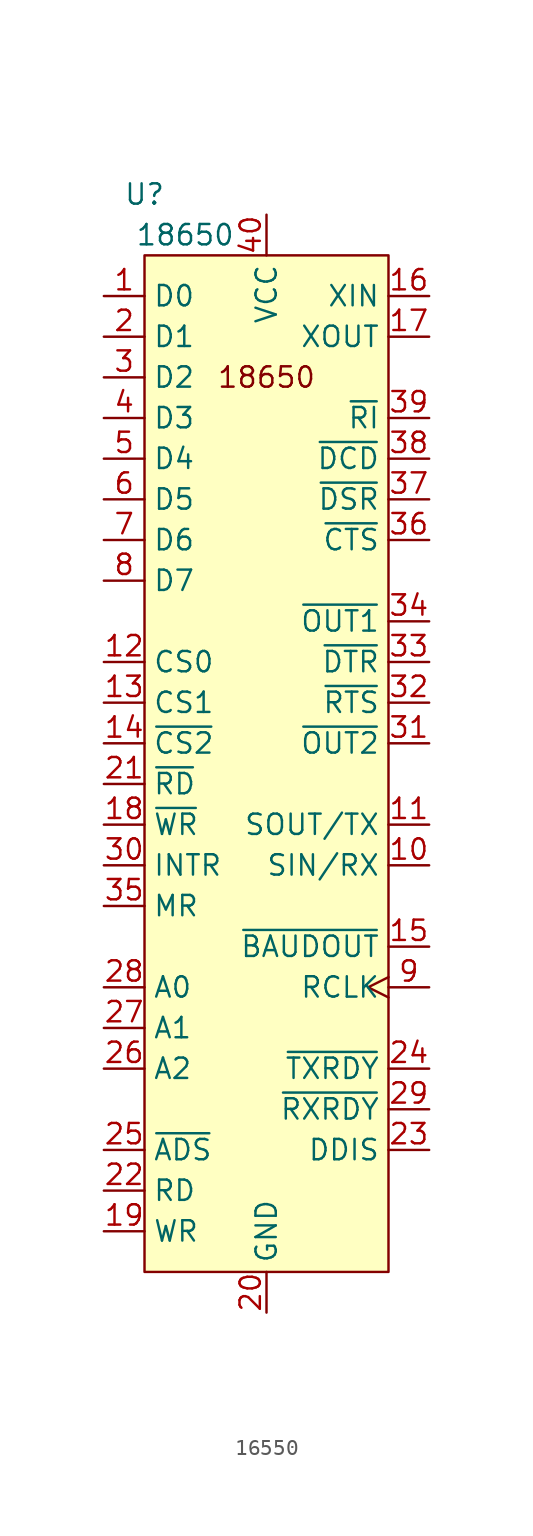
<source format=kicad_sym>
(kicad_symbol_lib
  (version 20220914)
  (generator kicad_symbol_editor)
  (symbol "16550"
    (property "Reference" "U"
      (at -7.62 35.56 0)
      (effects (font (size 1.27 1.27))))
    (property "Value" "18650"
      (at -5.08 33.02 0)
      (effects (font (size 1.27 1.27))))
    (symbol "16550_1_1"
      (rectangle (start -7.62 31.75) (end 7.62 -31.75) (stroke (width 0) (type default)) (fill (type background)))
      (text "18650" (at 0 24.13 0) (effects (font (size 1.27 1.27))))
      (pin bidirectional line (at -10.16 29.21 0) (length 2.54) (name "D0" (effects (font (size 1.27 1.27)))) (number "1" (effects (font (size 1.27 1.27)))))
      (pin input line (at 10.16 -6.35 180) (length 2.54) (name "SIN/RX" (effects (font (size 1.27 1.27)))) (number "10" (effects (font (size 1.27 1.27)))))
      (pin output line (at 10.16 -3.81 180) (length 2.54) (name "SOUT/TX" (effects (font (size 1.27 1.27)))) (number "11" (effects (font (size 1.27 1.27)))))
      (pin input line (at -10.16 6.35 0) (length 2.54) (name "CS0" (effects (font (size 1.27 1.27)))) (number "12" (effects (font (size 1.27 1.27)))))
      (pin input line (at -10.16 3.81 0) (length 2.54) (name "CS1" (effects (font (size 1.27 1.27)))) (number "13" (effects (font (size 1.27 1.27)))))
      (pin input line (at -10.16 1.27 0) (length 2.54) (name "~{CS2}" (effects (font (size 1.27 1.27)))) (number "14" (effects (font (size 1.27 1.27)))))
      (pin output line (at 10.16 -11.43 180) (length 2.54) (name "~{BAUDOUT}" (effects (font (size 1.27 1.27)))) (number "15" (effects (font (size 1.27 1.27)))))
      (pin input line (at 10.16 29.21 180) (length 2.54) (name "XIN" (effects (font (size 1.27 1.27)))) (number "16" (effects (font (size 1.27 1.27)))))
      (pin input line (at 10.16 26.67 180) (length 2.54) (name "XOUT" (effects (font (size 1.27 1.27)))) (number "17" (effects (font (size 1.27 1.27)))))
      (pin input line (at -10.16 -3.81 0) (length 2.54) (name "~{WR}" (effects (font (size 1.27 1.27)))) (number "18" (effects (font (size 1.27 1.27)))))
      (pin input line (at -10.16 -29.21 0) (length 2.54) (name "WR" (effects (font (size 1.27 1.27)))) (number "19" (effects (font (size 1.27 1.27)))))
      (pin bidirectional line (at -10.16 26.67 0) (length 2.54) (name "D1" (effects (font (size 1.27 1.27)))) (number "2" (effects (font (size 1.27 1.27)))))
      (pin power_in line (at 0 -34.29 90) (length 2.54) (name "GND" (effects (font (size 1.27 1.27)))) (number "20" (effects (font (size 1.27 1.27)))))
      (pin input line (at -10.16 -1.27 0) (length 2.54) (name "~{RD}" (effects (font (size 1.27 1.27)))) (number "21" (effects (font (size 1.27 1.27)))))
      (pin input line (at -10.16 -26.67 0) (length 2.54) (name "RD" (effects (font (size 1.27 1.27)))) (number "22" (effects (font (size 1.27 1.27)))))
      (pin input line (at 10.16 -24.13 180) (length 2.54) (name "DDIS" (effects (font (size 1.27 1.27)))) (number "23" (effects (font (size 1.27 1.27)))))
      (pin output line (at 10.16 -19.05 180) (length 2.54) (name "~{TXRDY}" (effects (font (size 1.27 1.27)))) (number "24" (effects (font (size 1.27 1.27)))))
      (pin input line (at -10.16 -24.13 0) (length 2.54) (name "~{ADS}" (effects (font (size 1.27 1.27)))) (number "25" (effects (font (size 1.27 1.27)))))
      (pin input line (at -10.16 -19.05 0) (length 2.54) (name "A2" (effects (font (size 1.27 1.27)))) (number "26" (effects (font (size 1.27 1.27)))))
      (pin input line (at -10.16 -16.51 0) (length 2.54) (name "A1" (effects (font (size 1.27 1.27)))) (number "27" (effects (font (size 1.27 1.27)))))
      (pin input line (at -10.16 -13.97 0) (length 2.54) (name "A0" (effects (font (size 1.27 1.27)))) (number "28" (effects (font (size 1.27 1.27)))))
      (pin output line (at 10.16 -21.59 180) (length 2.54) (name "~{RXRDY}" (effects (font (size 1.27 1.27)))) (number "29" (effects (font (size 1.27 1.27)))))
      (pin bidirectional line (at -10.16 24.13 0) (length 2.54) (name "D2" (effects (font (size 1.27 1.27)))) (number "3" (effects (font (size 1.27 1.27)))))
      (pin output line (at -10.16 -6.35 0) (length 2.54) (name "INTR" (effects (font (size 1.27 1.27)))) (number "30" (effects (font (size 1.27 1.27)))))
      (pin output line (at 10.16 1.27 180) (length 2.54) (name "~{OUT2}" (effects (font (size 1.27 1.27)))) (number "31" (effects (font (size 1.27 1.27)))))
      (pin output line (at 10.16 3.81 180) (length 2.54) (name "~{RTS}" (effects (font (size 1.27 1.27)))) (number "32" (effects (font (size 1.27 1.27)))))
      (pin output line (at 10.16 6.35 180) (length 2.54) (name "~{DTR}" (effects (font (size 1.27 1.27)))) (number "33" (effects (font (size 1.27 1.27)))))
      (pin output line (at 10.16 8.89 180) (length 2.54) (name "~{OUT1}" (effects (font (size 1.27 1.27)))) (number "34" (effects (font (size 1.27 1.27)))))
      (pin input line (at -10.16 -8.89 0) (length 2.54) (name "MR" (effects (font (size 1.27 1.27)))) (number "35" (effects (font (size 1.27 1.27)))))
      (pin input line (at 10.16 13.97 180) (length 2.54) (name "~{CTS}" (effects (font (size 1.27 1.27)))) (number "36" (effects (font (size 1.27 1.27)))))
      (pin input line (at 10.16 16.51 180) (length 2.54) (name "~{DSR}" (effects (font (size 1.27 1.27)))) (number "37" (effects (font (size 1.27 1.27)))))
      (pin input line (at 10.16 19.05 180) (length 2.54) (name "~{DCD}" (effects (font (size 1.27 1.27)))) (number "38" (effects (font (size 1.27 1.27)))))
      (pin input line (at 10.16 21.59 180) (length 2.54) (name "~{RI}" (effects (font (size 1.27 1.27)))) (number "39" (effects (font (size 1.27 1.27)))))
      (pin bidirectional line (at -10.16 21.59 0) (length 2.54) (name "D3" (effects (font (size 1.27 1.27)))) (number "4" (effects (font (size 1.27 1.27)))))
      (pin power_in line (at 0 34.29 270) (length 2.54) (name "VCC" (effects (font (size 1.27 1.27)))) (number "40" (effects (font (size 1.27 1.27)))))
      (pin bidirectional line (at -10.16 19.05 0) (length 2.54) (name "D4" (effects (font (size 1.27 1.27)))) (number "5" (effects (font (size 1.27 1.27)))))
      (pin bidirectional line (at -10.16 16.51 0) (length 2.54) (name "D5" (effects (font (size 1.27 1.27)))) (number "6" (effects (font (size 1.27 1.27)))))
      (pin bidirectional line (at -10.16 13.97 0) (length 2.54) (name "D6" (effects (font (size 1.27 1.27)))) (number "7" (effects (font (size 1.27 1.27)))))
      (pin bidirectional line (at -10.16 11.43 0) (length 2.54) (name "D7" (effects (font (size 1.27 1.27)))) (number "8" (effects (font (size 1.27 1.27)))))
      (pin input clock (at 10.16 -13.97 180) (length 2.54) (name "RCLK" (effects (font (size 1.27 1.27)))) (number "9" (effects (font (size 1.27 1.27))))))))
</source>
